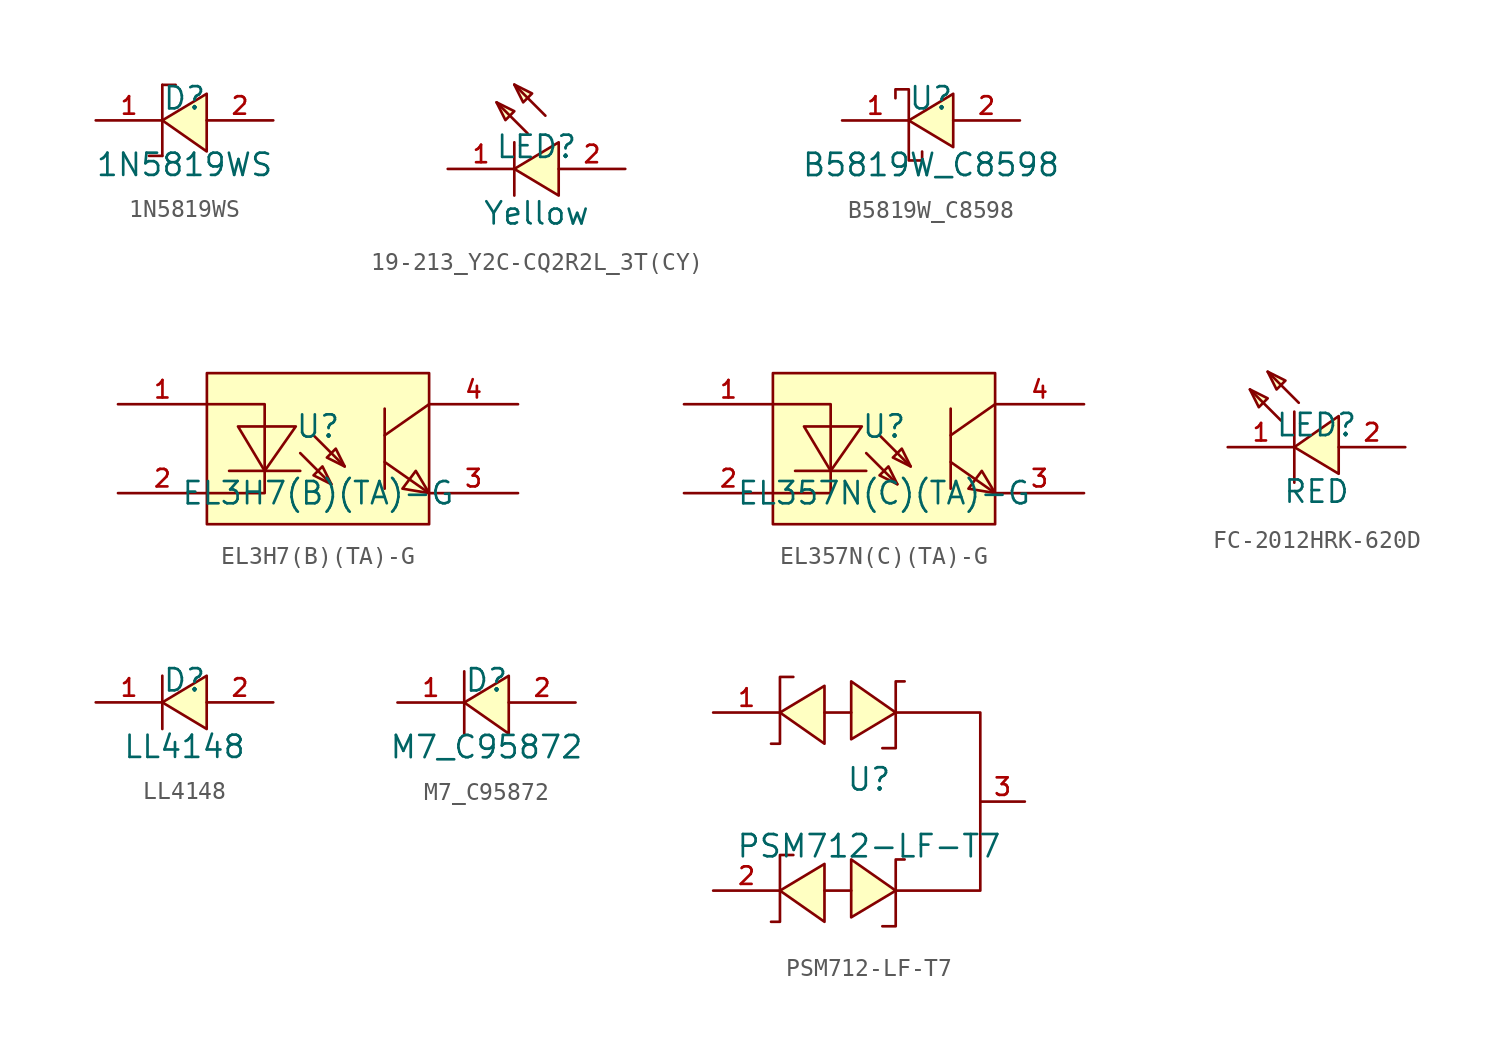
<source format=kicad_sym>
(kicad_symbol_lib
  (version 20220914)
  (generator kicad_symbol_editor)
  (symbol "1N5819WS"
    (pin_names hide)
    (property "Reference" "D"
      (at 0 1.27 0)
      (effects (font (size 1.27 1.27))))
    (property "Value" "1N5819WS"
      (at 0 -2.54 0)
      (effects (font (size 1.27 1.27))))
    (symbol "1N5819WS_0_1"
      (polyline (pts (xy -1.27 -2.032) (xy -2.032 -2.032)) (stroke (width 0) (type default)) (fill (type none)))
      (polyline (pts (xy -1.27 -2.032) (xy -1.27 2.032)) (stroke (width 0) (type default)) (fill (type none)))
      (polyline (pts (xy -1.27 2.032) (xy -0.508 2.032)) (stroke (width 0) (type default)) (fill (type none)))
      (polyline (pts (xy 1.27 1.524) (xy -1.27 0) (xy 1.27 -1.778) (xy 1.27 1.524)) (stroke (width 0) (type default)) (fill (type background)))
      (pin unspecified line (at -5.08 0 0) (length 3.81) (name "C" (effects (font (size 1 1)))) (number "1" (effects (font (size 1 1)))))
      (pin unspecified line (at 5.08 0 180) (length 3.81) (name "A" (effects (font (size 1 1)))) (number "2" (effects (font (size 1 1)))))))
  (symbol "19-213_Y2C-CQ2R2L_3T(CY)"
    (pin_names hide)
    (property "Reference" "LED"
      (at 0 1.27 0)
      (effects (font (size 1.27 1.27))))
    (property "Value" "Yellow"
      (at 0 -2.54 0)
      (effects (font (size 1.27 1.27))))
    (symbol "19-213_Y2C-CQ2R2L_3T(CY)_0_1"
      (polyline (pts (xy -1.27 1.524) (xy -1.27 -1.524)) (stroke (width 0) (type default)) (fill (type none)))
      (polyline (pts (xy -0.508 2.032) (xy -2.286 3.81)) (stroke (width 0) (type default)) (fill (type none)))
      (polyline (pts (xy 0.508 3.048) (xy -1.27 4.826)) (stroke (width 0) (type default)) (fill (type none)))
      (polyline (pts (xy -2.286 3.81) (xy -1.27 3.302) (xy -1.778 2.794) (xy -2.286 3.81)) (stroke (width 0) (type default)) (fill (type background)))
      (polyline (pts (xy -1.27 4.826) (xy -0.254 4.318) (xy -0.762 3.81) (xy -1.27 4.826)) (stroke (width 0) (type default)) (fill (type background)))
      (polyline (pts (xy 1.27 -1.524) (xy -1.27 0) (xy 1.27 1.524) (xy 1.27 -1.524)) (stroke (width 0) (type default)) (fill (type background)))
      (pin input line (at -5.08 0 0) (length 3.81) (name "C" (effects (font (size 1 1)))) (number "1" (effects (font (size 1 1)))))
      (pin input line (at 5.08 0 180) (length 3.81) (name "A" (effects (font (size 1 1)))) (number "2" (effects (font (size 1 1)))))))
  (symbol "B5819W_C8598"
    (pin_names hide)
    (property "Reference" "U"
      (at 0 1.27 0)
      (effects (font (size 1.27 1.27))))
    (property "Value" "B5819W_C8598"
      (at 0 -2.54 0)
      (effects (font (size 1.27 1.27))))
    (symbol "B5819W_C8598_0_1"
      (polyline (pts (xy 1.27 1.524) (xy -1.27 0) (xy 1.27 -1.524) (xy 1.27 1.524)) (stroke (width 0) (type default)) (fill (type background)))
      (polyline (pts (xy -0.508 -1.778) (xy -0.508 -2.286) (xy -1.27 -2.286) (xy -1.27 1.016) (xy -1.27 1.778) (xy -2.032 1.778) (xy -2.032 1.27)) (stroke (width 0) (type default)) (fill (type none)))
      (pin unspecified line (at -5.08 0 0) (length 3.81) (name "-" (effects (font (size 1 1)))) (number "1" (effects (font (size 1 1)))))
      (pin unspecified line (at 5.08 0 180) (length 3.81) (name "+" (effects (font (size 1 1)))) (number "2" (effects (font (size 1 1)))))))
  (symbol "EL3H7(B)(TA)-G"
    (pin_names hide)
    (property "Reference" "U"
      (at 0 1.27 0)
      (effects (font (size 1.27 1.27))))
    (property "Value" "EL3H7(B)(TA)-G"
      (at 0 -2.54 0)
      (effects (font (size 1.27 1.27))))
    (symbol "EL3H7(B)(TA)-G_0_1"
      (rectangle (start -6.35 4.318) (end 6.35 -4.318) (stroke (width 0) (type default)) (fill (type background)))
      (polyline (pts (xy -1.016 -1.27) (xy -5.08 -1.27)) (stroke (width 0) (type default)) (fill (type none)))
      (polyline (pts (xy -1.016 -0.254) (xy 0.762 -2.032)) (stroke (width 0) (type default)) (fill (type none)))
      (polyline (pts (xy -0.254 0.762) (xy 1.524 -1.016)) (stroke (width 0) (type default)) (fill (type none)))
      (polyline (pts (xy 3.81 -0.762) (xy 6.35 -2.54)) (stroke (width 0) (type default)) (fill (type none)))
      (polyline (pts (xy 3.81 2.286) (xy 3.81 -2.286)) (stroke (width 0) (type default)) (fill (type none)))
      (polyline (pts (xy 6.35 2.54) (xy 3.81 0.762)) (stroke (width 0) (type default)) (fill (type none)))
      (polyline (pts (xy -6.35 2.54) (xy -3.048 2.54) (xy -3.048 -2.54) (xy -6.35 -2.54)) (stroke (width 0) (type default)) (fill (type none)))
      (polyline (pts (xy -4.572 1.27) (xy -3.048 -1.27) (xy -1.27 1.27) (xy -4.572 1.27)) (stroke (width 0) (type default)) (fill (type background)))
      (polyline (pts (xy 0.762 -2.032) (xy 0.254 -1.016) (xy -0.254 -1.524) (xy 0.762 -2.032)) (stroke (width 0) (type default)) (fill (type background)))
      (polyline (pts (xy 1.524 -1.016) (xy 1.016 0) (xy 0.508 -0.508) (xy 1.524 -1.016)) (stroke (width 0) (type default)) (fill (type background)))
      (polyline (pts (xy 6.35 -2.54) (xy 5.588 -1.27) (xy 4.826 -2.286) (xy 6.35 -2.54)) (stroke (width 0) (type default)) (fill (type background)))
      (pin unspecified line (at -11.43 2.54 0) (length 5.08) (name "AN" (effects (font (size 1 1)))) (number "1" (effects (font (size 1 1)))))
      (pin unspecified line (at -11.43 -2.54 0) (length 5.08) (name "CAT" (effects (font (size 1 1)))) (number "2" (effects (font (size 1 1)))))
      (pin unspecified line (at 11.43 -2.54 180) (length 5.08) (name "EM" (effects (font (size 1 1)))) (number "3" (effects (font (size 1 1)))))
      (pin unspecified line (at 11.43 2.54 180) (length 5.08) (name "COL" (effects (font (size 1 1)))) (number "4" (effects (font (size 1 1)))))))
  (symbol "EL357N(C)(TA)-G"
    (pin_names hide)
    (property "Reference" "U"
      (at 0 1.27 0)
      (effects (font (size 1.27 1.27))))
    (property "Value" "EL357N(C)(TA)-G"
      (at 0 -2.54 0)
      (effects (font (size 1.27 1.27))))
    (symbol "EL357N(C)(TA)-G_0_1"
      (rectangle (start -6.35 4.318) (end 6.35 -4.318) (stroke (width 0) (type default)) (fill (type background)))
      (polyline (pts (xy -1.016 -1.27) (xy -5.08 -1.27)) (stroke (width 0) (type default)) (fill (type none)))
      (polyline (pts (xy -1.016 -0.254) (xy 0.762 -2.032)) (stroke (width 0) (type default)) (fill (type none)))
      (polyline (pts (xy -0.254 0.762) (xy 1.524 -1.016)) (stroke (width 0) (type default)) (fill (type none)))
      (polyline (pts (xy 3.81 -0.762) (xy 6.35 -2.54)) (stroke (width 0) (type default)) (fill (type none)))
      (polyline (pts (xy 3.81 2.286) (xy 3.81 -2.286)) (stroke (width 0) (type default)) (fill (type none)))
      (polyline (pts (xy 6.35 2.54) (xy 3.81 0.762)) (stroke (width 0) (type default)) (fill (type none)))
      (polyline (pts (xy -6.35 2.54) (xy -3.048 2.54) (xy -3.048 -2.54) (xy -6.35 -2.54)) (stroke (width 0) (type default)) (fill (type none)))
      (polyline (pts (xy -4.572 1.27) (xy -3.048 -1.27) (xy -1.27 1.27) (xy -4.572 1.27)) (stroke (width 0) (type default)) (fill (type background)))
      (polyline (pts (xy 0.762 -2.032) (xy 0.254 -1.016) (xy -0.254 -1.524) (xy 0.762 -2.032)) (stroke (width 0) (type default)) (fill (type background)))
      (polyline (pts (xy 1.524 -1.016) (xy 1.016 0) (xy 0.508 -0.508) (xy 1.524 -1.016)) (stroke (width 0) (type default)) (fill (type background)))
      (polyline (pts (xy 6.35 -2.54) (xy 5.588 -1.27) (xy 4.826 -2.286) (xy 6.35 -2.54)) (stroke (width 0) (type default)) (fill (type background)))
      (pin unspecified line (at -11.43 2.54 0) (length 5.08) (name "AN" (effects (font (size 1 1)))) (number "1" (effects (font (size 1 1)))))
      (pin unspecified line (at -11.43 -2.54 0) (length 5.08) (name "CAT" (effects (font (size 1 1)))) (number "2" (effects (font (size 1 1)))))
      (pin unspecified line (at 11.43 -2.54 180) (length 5.08) (name "EM" (effects (font (size 1 1)))) (number "3" (effects (font (size 1 1)))))
      (pin unspecified line (at 11.43 2.54 180) (length 5.08) (name "COL" (effects (font (size 1 1)))) (number "4" (effects (font (size 1 1)))))))
  (symbol "FC-2012HRK-620D"
    (pin_names hide)
    (property "Reference" "LED"
      (at 0 1.27 0)
      (effects (font (size 1.27 1.27))))
    (property "Value" "RED"
      (at 0 -2.54 0)
      (effects (font (size 1.27 1.27))))
    (symbol "FC-2012HRK-620D_0_1"
      (polyline (pts (xy -2.032 1.524) (xy -3.81 3.302)) (stroke (width 0) (type default)) (fill (type none)))
      (polyline (pts (xy -1.27 2.032) (xy -1.27 -2.032)) (stroke (width 0) (type default)) (fill (type none)))
      (polyline (pts (xy -1.016 2.54) (xy -2.794 4.318)) (stroke (width 0) (type default)) (fill (type none)))
      (polyline (pts (xy -3.81 3.302) (xy -2.794 2.794) (xy -3.302 2.286) (xy -3.81 3.302)) (stroke (width 0) (type default)) (fill (type background)))
      (polyline (pts (xy -2.794 4.318) (xy -1.778 3.81) (xy -2.286 3.302) (xy -2.794 4.318)) (stroke (width 0) (type default)) (fill (type background)))
      (polyline (pts (xy 1.27 -1.524) (xy -1.27 0) (xy 1.27 1.778) (xy 1.27 -1.524)) (stroke (width 0) (type default)) (fill (type background)))
      (pin unspecified line (at -5.08 0 0) (length 3.81) (name "-" (effects (font (size 1 1)))) (number "1" (effects (font (size 1 1)))))
      (pin unspecified line (at 5.08 0 180) (length 3.81) (name "+" (effects (font (size 1 1)))) (number "2" (effects (font (size 1 1)))))))
  (symbol "LL4148"
    (pin_names hide)
    (property "Reference" "D"
      (at 0 1.27 0)
      (effects (font (size 1.27 1.27))))
    (property "Value" "LL4148"
      (at 0 -2.54 0)
      (effects (font (size 1.27 1.27))))
    (symbol "LL4148_0_1"
      (polyline (pts (xy -1.27 -1.524) (xy -1.27 1.524)) (stroke (width 0) (type default)) (fill (type none)))
      (polyline (pts (xy 1.27 1.524) (xy -1.27 0) (xy 1.27 -1.524) (xy 1.27 1.524)) (stroke (width 0) (type default)) (fill (type background)))
      (pin unspecified line (at -5.08 0 0) (length 3.81) (name "K" (effects (font (size 1 1)))) (number "1" (effects (font (size 1 1)))))
      (pin unspecified line (at 5.08 0 180) (length 3.81) (name "A" (effects (font (size 1 1)))) (number "2" (effects (font (size 1 1)))))))
  (symbol "M7_C95872"
    (pin_names hide)
    (property "Reference" "D"
      (at 0 1.27 0)
      (effects (font (size 1.27 1.27))))
    (property "Value" "M7_C95872"
      (at 0 -2.54 0)
      (effects (font (size 1.27 1.27))))
    (symbol "M7_C95872_0_1"
      (polyline (pts (xy -1.27 1.778) (xy -1.27 -1.778)) (stroke (width 0) (type default)) (fill (type none)))
      (polyline (pts (xy 1.27 1.524) (xy -1.27 0) (xy 1.27 -1.778) (xy 1.27 1.524)) (stroke (width 0) (type default)) (fill (type background)))
      (pin unspecified line (at -5.08 0 0) (length 3.81) (name "K" (effects (font (size 1 1)))) (number "1" (effects (font (size 1 1)))))
      (pin unspecified line (at 5.08 0 180) (length 3.81) (name "A" (effects (font (size 1 1)))) (number "2" (effects (font (size 1 1)))))))
  (symbol "PSM712-LF-T7"
    (pin_names hide)
    (property "Reference" "U"
      (at 0 1.27 0)
      (effects (font (size 1.27 1.27))))
    (property "Value" "PSM712-LF-T7"
      (at 0 -2.54 0)
      (effects (font (size 1.27 1.27))))
    (symbol "PSM712-LF-T7_0_1"
      (polyline (pts (xy -2.54 -5.08) (xy -1.016 -5.08)) (stroke (width 0) (type default)) (fill (type none)))
      (polyline (pts (xy -2.54 5.08) (xy -1.016 5.08)) (stroke (width 0) (type default)) (fill (type none)))
      (polyline (pts (xy -5.588 -6.858) (xy -5.08 -6.858) (xy -5.08 -3.048) (xy -4.318 -3.048)) (stroke (width 0) (type default)) (fill (type none)))
      (polyline (pts (xy -5.588 3.302) (xy -5.08 3.302) (xy -5.08 7.112) (xy -4.318 7.112)) (stroke (width 0) (type default)) (fill (type none)))
      (polyline (pts (xy -2.54 -3.556) (xy -5.08 -5.08) (xy -2.54 -6.858) (xy -2.54 -3.556)) (stroke (width 0) (type default)) (fill (type background)))
      (polyline (pts (xy -2.54 6.604) (xy -5.08 5.08) (xy -2.54 3.302) (xy -2.54 6.604)) (stroke (width 0) (type default)) (fill (type background)))
      (polyline (pts (xy -1.016 -6.604) (xy 1.524 -5.08) (xy -1.016 -3.302) (xy -1.016 -6.604)) (stroke (width 0) (type default)) (fill (type background)))
      (polyline (pts (xy -1.016 3.556) (xy 1.524 5.08) (xy -1.016 6.858) (xy -1.016 3.556)) (stroke (width 0) (type default)) (fill (type background)))
      (polyline (pts (xy 1.524 5.08) (xy 6.35 5.08) (xy 6.35 -5.08) (xy 1.524 -5.08)) (stroke (width 0) (type default)) (fill (type none)))
      (polyline (pts (xy 2.032 -3.302) (xy 1.524 -3.302) (xy 1.524 -7.112) (xy 0.762 -7.112)) (stroke (width 0) (type default)) (fill (type none)))
      (polyline (pts (xy 2.032 6.858) (xy 1.524 6.858) (xy 1.524 3.048) (xy 0.762 3.048)) (stroke (width 0) (type default)) (fill (type none)))
      (pin unspecified line (at -8.89 5.08 0) (length 3.81) (name "A1" (effects (font (size 1 1)))) (number "1" (effects (font (size 1 1)))))
      (pin unspecified line (at -8.89 -5.08 0) (length 3.81) (name "A1" (effects (font (size 1 1)))) (number "2" (effects (font (size 1 1)))))
      (pin unspecified line (at 8.89 0 180) (length 2.54) (name "K" (effects (font (size 1 1)))) (number "3" (effects (font (size 1 1))))))))
</source>
